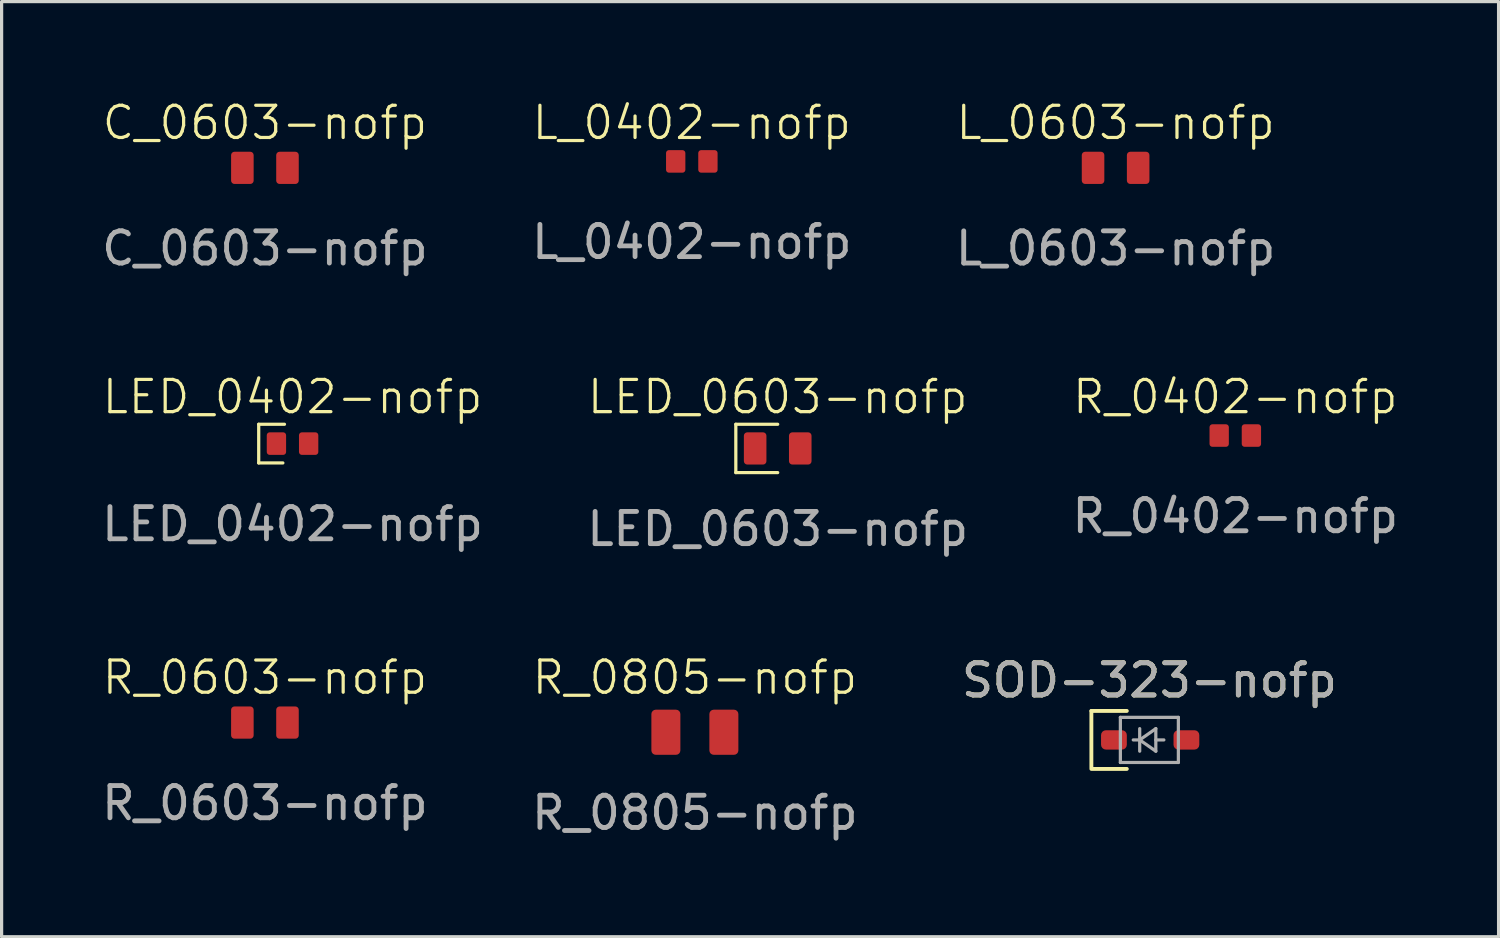
<source format=kicad_pcb>
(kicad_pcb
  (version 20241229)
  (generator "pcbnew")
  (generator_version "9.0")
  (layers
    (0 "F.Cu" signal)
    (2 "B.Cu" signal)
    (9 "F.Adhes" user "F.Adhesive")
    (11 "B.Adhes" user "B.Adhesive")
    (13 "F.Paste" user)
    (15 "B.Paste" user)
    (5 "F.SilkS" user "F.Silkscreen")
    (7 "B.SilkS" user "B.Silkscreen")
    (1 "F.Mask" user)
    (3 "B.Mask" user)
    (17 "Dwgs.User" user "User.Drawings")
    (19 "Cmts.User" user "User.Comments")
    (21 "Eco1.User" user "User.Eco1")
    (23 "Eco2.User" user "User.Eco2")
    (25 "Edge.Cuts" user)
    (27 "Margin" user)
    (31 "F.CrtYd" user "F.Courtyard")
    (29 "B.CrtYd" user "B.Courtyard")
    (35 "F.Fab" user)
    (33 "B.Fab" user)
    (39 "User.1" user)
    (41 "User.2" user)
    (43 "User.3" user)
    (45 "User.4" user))
  (footprint "L_0603-nofp"
    (layer "F.Cu")
    (at 31.577 2.16)
    (property "Reference" "L_0603-nofp" (at 0 -1.4 0) (unlocked yes) (layer "F.SilkS") (effects (font (size 1 1) (thickness 0.1))))
    (attr through_hole)
    (fp_text user "${REFERENCE}" (at 0 2.5 0) (unlocked yes) (layer "F.Fab") (effects (font (size 1 1) (thickness 0.15))))
    (pad "1" smd roundrect (at -0.7 0) (size 0.7 1) (layers "F.Cu" "F.Mask" "F.Paste") (roundrect_rratio 0.15))
    (pad "2" smd roundrect (at 0.7 0) (size 0.7 1) (layers "F.Cu" "F.Mask" "F.Paste") (roundrect_rratio 0.15)))
  (footprint "R_0402-nofp"
    (layer "F.Cu")
    (at 35.292 10.469)
    (property "Reference" "R_0402-nofp" (at 0 -1.2 0) (unlocked yes) (layer "F.SilkS") (effects (font (size 1 1) (thickness 0.1))))
    (attr through_hole)
    (fp_text user "${REFERENCE}" (at 0 2.5 0) (unlocked yes) (layer "F.Fab") (effects (font (size 1 1) (thickness 0.15))))
    (pad "1" smd roundrect (at -0.5 0) (size 0.6 0.7) (layers "F.Cu" "F.Mask" "F.Paste") (roundrect_rratio 0.15))
    (pad "2" smd roundrect (at 0.5 0) (size 0.6 0.7) (layers "F.Cu" "F.Mask" "F.Paste") (roundrect_rratio 0.15)))
  (footprint "R_0603-nofp"
    (layer "F.Cu")
    (at 5.173 19.378)
    (property "Reference" "R_0603-nofp" (at 0 -1.4 0) (unlocked yes) (layer "F.SilkS") (effects (font (size 1 1) (thickness 0.1))))
    (attr through_hole)
    (fp_text user "${REFERENCE}" (at 0 2.5 0) (unlocked yes) (layer "F.Fab") (effects (font (size 1 1) (thickness 0.15))))
    (pad "1" smd roundrect (at -0.7 0) (size 0.7 1) (layers "F.Cu" "F.Mask" "F.Paste") (roundrect_rratio 0.15))
    (pad "2" smd roundrect (at 0.7 0) (size 0.7 1) (layers "F.Cu" "F.Mask" "F.Paste") (roundrect_rratio 0.15)))
  (footprint "C_0603-nofp"
    (layer "F.Cu")
    (at 5.173 2.16)
    (property "Reference" "C_0603-nofp" (at 0 -1.4 0) (unlocked yes) (layer "F.SilkS") (effects (font (size 1 1) (thickness 0.1))))
    (attr through_hole)
    (fp_text user "${REFERENCE}" (at 0 2.5 0) (unlocked yes) (layer "F.Fab") (effects (font (size 1 1) (thickness 0.15))))
    (pad "1" smd roundrect (at -0.7 0) (size 0.7 1) (layers "F.Cu" "F.Mask" "F.Paste") (roundrect_rratio 0.15))
    (pad "2" smd roundrect (at 0.7 0) (size 0.7 1) (layers "F.Cu" "F.Mask" "F.Paste") (roundrect_rratio 0.15)))
  (footprint "LED_0402-nofp"
    (layer "F.Cu")
    (at 6.03 10.719)
    (property "Reference" "LED_0402-nofp" (at 0 -1.45 0) (unlocked yes) (layer "F.SilkS") (effects (font (size 1 1) (thickness 0.1))))
    (attr through_hole)
    (fp_line (start -1.05 -0.6) (end -1.05 0.6) (stroke (width 0.1) (type default)) (layer "F.SilkS"))
    (fp_line (start -1.05 0.6) (end -0.3 0.6) (stroke (width 0.1) (type default)) (layer "F.SilkS"))
    (fp_line (start -0.25 -0.6) (end -1.05 -0.6) (stroke (width 0.1) (type default)) (layer "F.SilkS"))
    (fp_text user "${REFERENCE}" (at 0 2.5 0) (unlocked yes) (layer "F.Fab") (effects (font (size 1 1) (thickness 0.15))))
    (pad "1" smd roundrect (at -0.5 0) (size 0.6 0.7) (layers "F.Cu" "F.Mask" "F.Paste") (roundrect_rratio 0.15))
    (pad "2" smd roundrect (at 0.5 0) (size 0.6 0.7) (layers "F.Cu" "F.Mask" "F.Paste") (roundrect_rratio 0.15)))
  (footprint "L_0402-nofp"
    (layer "F.Cu")
    (at 18.423 1.96)
    (property "Reference" "L_0402-nofp" (at 0 -1.2 0) (unlocked yes) (layer "F.SilkS") (effects (font (size 1 1) (thickness 0.1))))
    (attr through_hole)
    (fp_text user "${REFERENCE}" (at 0 2.5 0) (unlocked yes) (layer "F.Fab") (effects (font (size 1 1) (thickness 0.15))))
    (pad "1" smd roundrect (at -0.5 0) (size 0.6 0.7) (layers "F.Cu" "F.Mask" "F.Paste") (roundrect_rratio 0.15))
    (pad "2" smd roundrect (at 0.5 0) (size 0.6 0.7) (layers "F.Cu" "F.Mask" "F.Paste") (roundrect_rratio 0.15)))
  (footprint "R_0805-nofp"
    (layer "F.Cu")
    (at 18.518 19.678)
    (property "Reference" "R_0805-nofp" (at 0 -1.7 0) (unlocked yes) (layer "F.SilkS") (effects (font (size 1 1) (thickness 0.1))))
    (attr through_hole)
    (fp_text user "${REFERENCE}" (at 0 2.5 0) (unlocked yes) (layer "F.Fab") (effects (font (size 1 1) (thickness 0.15))))
    (pad "1" smd roundrect (at -0.9 0) (size 0.9 1.4) (layers "F.Cu" "F.Mask" "F.Paste") (roundrect_rratio 0.15))
    (pad "2" smd roundrect (at 0.9 0) (size 0.9 1.4) (layers "F.Cu" "F.Mask" "F.Paste") (roundrect_rratio 0.15)))
  (footprint "LED_0603-nofp"
    (layer "F.Cu")
    (at 21.089 10.869)
    (property "Reference" "LED_0603-nofp" (at 0 -1.6 0) (unlocked yes) (layer "F.SilkS") (effects (font (size 1 1) (thickness 0.1))))
    (attr through_hole)
    (fp_line (start -1.3 -0.75) (end 0 -0.75) (stroke (width 0.1) (type default)) (layer "F.SilkS"))
    (fp_line (start -1.3 0.75) (end -1.3 -0.75) (stroke (width 0.1) (type default)) (layer "F.SilkS"))
    (fp_line (start -1.3 0.75) (end 0 0.75) (stroke (width 0.1) (type default)) (layer "F.SilkS"))
    (fp_text user "${REFERENCE}" (at 0 2.5 0) (unlocked yes) (layer "F.Fab") (effects (font (size 1 1) (thickness 0.15))))
    (pad "1" smd roundrect (at -0.7 0) (size 0.7 1) (layers "F.Cu" "F.Mask" "F.Paste") (roundrect_rratio 0.15))
    (pad "2" smd roundrect (at 0.7 0) (size 0.7 1) (layers "F.Cu" "F.Mask" "F.Paste") (roundrect_rratio 0.15)))
  (footprint "SOD-323-nofp"
    (layer "F.Cu")
    (at 32.625 19.916)
    (property "Reference" "SOD-323-nofp" (at 0 -1.85 0) (layer "F.SilkS") (effects (font (size 1 1) (thickness 0.15))))
    (attr smd)
    (fp_line (start -1.8 -0.9) (end -1.8 0.85) (stroke (width 0.12) (type solid)) (layer "F.SilkS"))
    (fp_line (start -1.8 -0.9) (end -0.7 -0.9) (stroke (width 0.12) (type solid)) (layer "F.SilkS"))
    (fp_line (start -1.8 0.9) (end -0.7 0.9) (stroke (width 0.12) (type solid)) (layer "F.SilkS"))
    (fp_line (start -0.9 -0.7) (end 0.9 -0.7) (stroke (width 0.1) (type solid)) (layer "F.Fab"))
    (fp_line (start -0.9 0.7) (end -0.9 -0.7) (stroke (width 0.1) (type solid)) (layer "F.Fab"))
    (fp_line (start -0.3 -0.35) (end -0.3 0.35) (stroke (width 0.1) (type solid)) (layer "F.Fab"))
    (fp_line (start -0.3 0) (end -0.5 0) (stroke (width 0.1) (type solid)) (layer "F.Fab"))
    (fp_line (start -0.3 0) (end 0.2 -0.35) (stroke (width 0.1) (type solid)) (layer "F.Fab"))
    (fp_line (start 0.2 -0.35) (end 0.2 0.35) (stroke (width 0.1) (type solid)) (layer "F.Fab"))
    (fp_line (start 0.2 0) (end 0.45 0) (stroke (width 0.1) (type solid)) (layer "F.Fab"))
    (fp_line (start 0.2 0.35) (end -0.3 0) (stroke (width 0.1) (type solid)) (layer "F.Fab"))
    (fp_line (start 0.9 -0.7) (end 0.9 0.7) (stroke (width 0.1) (type solid)) (layer "F.Fab"))
    (fp_line (start 0.9 0.7) (end -0.9 0.7) (stroke (width 0.1) (type solid)) (layer "F.Fab"))
    (fp_text user "${REFERENCE}" (at 0 -1.85 0) (layer "F.Fab") (effects (font (size 1 1) (thickness 0.15))))
    (pad "1" smd roundrect (at -1.1 0) (size 0.8 0.6) (layers "F.Cu" "F.Mask" "F.Paste") (roundrect_rratio 0.25))
    (pad "2" smd roundrect (at 1.15 0) (size 0.8 0.6) (layers "F.Cu" "F.Mask" "F.Paste") (roundrect_rratio 0.25)))
  (gr_rect
    (start -3 -3)
    (end 43.464 26.026)
    (stroke (width 0.1) (type default))
    (fill no)
    (layer "Edge.Cuts")))
</source>
